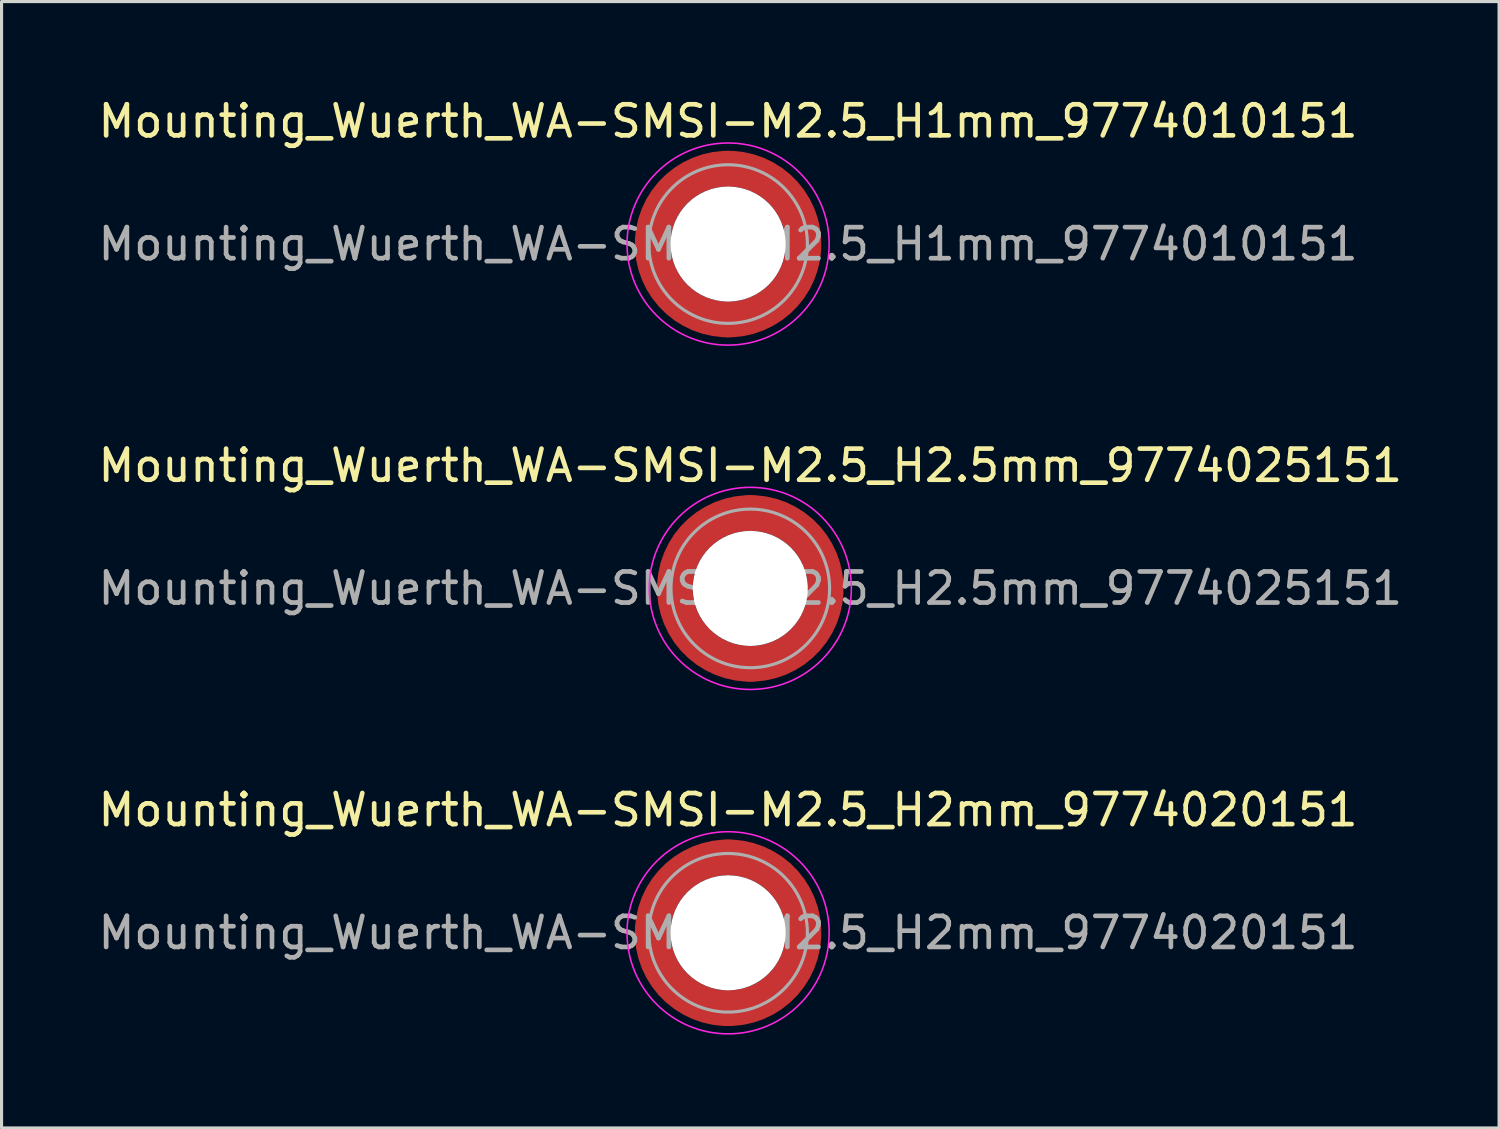
<source format=kicad_pcb>
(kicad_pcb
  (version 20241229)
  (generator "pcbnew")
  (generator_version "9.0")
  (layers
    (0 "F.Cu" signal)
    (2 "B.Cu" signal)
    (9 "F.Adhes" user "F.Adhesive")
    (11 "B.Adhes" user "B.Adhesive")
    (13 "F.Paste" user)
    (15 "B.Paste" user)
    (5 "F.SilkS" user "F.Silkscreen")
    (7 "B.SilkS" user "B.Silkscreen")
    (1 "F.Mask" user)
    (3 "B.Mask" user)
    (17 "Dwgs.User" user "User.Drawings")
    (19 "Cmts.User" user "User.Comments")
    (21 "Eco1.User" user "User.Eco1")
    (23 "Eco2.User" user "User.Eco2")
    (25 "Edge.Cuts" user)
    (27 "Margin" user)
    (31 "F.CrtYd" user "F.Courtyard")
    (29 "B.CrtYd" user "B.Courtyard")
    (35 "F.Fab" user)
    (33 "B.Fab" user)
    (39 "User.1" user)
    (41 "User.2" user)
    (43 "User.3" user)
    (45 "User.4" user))
  (footprint "Mounting_Wuerth_WA-SMSI-M2.5_H2mm_9774020151"
    (layer "F.Cu")
    (at 20.363 26.945)
    (property "Reference" "Mounting_Wuerth_WA-SMSI-M2.5_H2mm_9774020151" (at 0 -3.95 0) (layer "F.SilkS") (effects (font (size 1 1) (thickness 0.15))))
    (attr smd)
    (fp_circle (center 0 0) (end 3.25 0) (stroke (width 0.05) (type solid)) (fill no) (layer "F.CrtYd"))
    (fp_circle (center 0 0) (end 2.55 0) (stroke (width 0.1) (type solid)) (fill no) (layer "F.Fab"))
    (fp_text user "${REFERENCE}" (at 0 0 0) (layer "F.Fab") (effects (font (size 1 1) (thickness 0.15))))
    (pad "" smd custom (at -1.704 -1.704) (size 0.51 0.51) (layers "F.Paste") (options (anchor circle)) (primitives (gr_arc (start -0.250195 1.279127) (mid 0.289914 0.289914) (end 1.279127 -0.250195) (width 0.2)) (gr_arc (start -0.34334 1.279127) (mid 0.225488 0.225488) (end 1.279127 -0.34334) (width 0.2)) (gr_arc (start -0.436309 1.279127) (mid 0.161063 0.161063) (end 1.279127 -0.436309) (width 0.2)) (gr_arc (start -0.529126 1.279127) (mid 0.096638 0.096638) (end 1.279127 -0.529126) (width 0.2)) (gr_arc (start -0.621807 1.279127) (mid 0.032213 0.032213) (end 1.279127 -0.621807) (width 0.2)) (gr_arc (start -0.71437 1.279127) (mid -0.032213 -0.032213) (end 1.279127 -0.71437) (width 0.2)) (gr_arc (start -0.806826 1.279127) (mid -0.096638 -0.096638) (end 1.279127 -0.806826) (width 0.2)) (gr_arc (start -0.899187 1.279127) (mid -0.161063 -0.161063) (end 1.279127 -0.899187) (width 0.2)) (gr_arc (start -0.991463 1.279127) (mid -0.225488 -0.225488) (end 1.279127 -0.991463) (width 0.2)) (gr_arc (start -1.083663 1.279127) (mid -0.289914 -0.289914) (end 1.279127 -1.083663) (width 0.2)) (gr_line (start 1.279 -0.25) (end 1.279 -1.084) (width 0.2)) (gr_line (start -0.25 1.279) (end -1.084 1.279) (width 0.2))))
    (pad "" smd custom (at -1.704 1.704) (size 0.51 0.51) (layers "F.Paste") (options (anchor circle)) (primitives (gr_arc (start 1.279127 0.250195) (mid 0.289914 -0.289914) (end -0.250195 -1.279127) (width 0.2)) (gr_arc (start 1.279127 0.34334) (mid 0.225488 -0.225488) (end -0.34334 -1.279127) (width 0.2)) (gr_arc (start 1.279127 0.436309) (mid 0.161063 -0.161063) (end -0.436309 -1.279127) (width 0.2)) (gr_arc (start 1.279127 0.529126) (mid 0.096638 -0.096638) (end -0.529126 -1.279127) (width 0.2)) (gr_arc (start 1.279127 0.621807) (mid 0.032213 -0.032213) (end -0.621807 -1.279127) (width 0.2)) (gr_arc (start 1.279127 0.71437) (mid -0.032213 0.032213) (end -0.71437 -1.279127) (width 0.2)) (gr_arc (start 1.279127 0.806826) (mid -0.096638 0.096638) (end -0.806826 -1.279127) (width 0.2)) (gr_arc (start 1.279127 0.899187) (mid -0.161063 0.161063) (end -0.899187 -1.279127) (width 0.2)) (gr_arc (start 1.279127 0.991463) (mid -0.225488 0.225488) (end -0.991463 -1.279127) (width 0.2)) (gr_arc (start 1.279127 1.083663) (mid -0.289914 0.289914) (end -1.083663 -1.279127) (width 0.2)) (gr_line (start -0.25 -1.279) (end -1.084 -1.279) (width 0.2)) (gr_line (start 1.279 0.25) (end 1.279 1.084) (width 0.2))))
    (pad "" np_thru_hole circle (at 0 0) (size 3.7 3.7) (drill 3.7) (layers "*.Cu" "*.Mask"))
    (pad "" smd custom (at 1.704 -1.704) (size 0.51 0.51) (layers "F.Paste") (options (anchor circle)) (primitives (gr_arc (start -1.279127 -0.250195) (mid -0.289914 0.289914) (end 0.250195 1.279127) (width 0.2)) (gr_arc (start -1.279127 -0.34334) (mid -0.225488 0.225488) (end 0.34334 1.279127) (width 0.2)) (gr_arc (start -1.279127 -0.436309) (mid -0.161063 0.161063) (end 0.436309 1.279127) (width 0.2)) (gr_arc (start -1.279127 -0.529126) (mid -0.096638 0.096638) (end 0.529126 1.279127) (width 0.2)) (gr_arc (start -1.279127 -0.621807) (mid -0.032213 0.032213) (end 0.621807 1.279127) (width 0.2)) (gr_arc (start -1.279127 -0.71437) (mid 0.032213 -0.032213) (end 0.71437 1.279127) (width 0.2)) (gr_arc (start -1.279127 -0.806826) (mid 0.096638 -0.096638) (end 0.806826 1.279127) (width 0.2)) (gr_arc (start -1.279127 -0.899187) (mid 0.161063 -0.161063) (end 0.899187 1.279127) (width 0.2)) (gr_arc (start -1.279127 -0.991463) (mid 0.225488 -0.225488) (end 0.991463 1.279127) (width 0.2)) (gr_arc (start -1.279127 -1.083663) (mid 0.289914 -0.289914) (end 1.083663 1.279127) (width 0.2)) (gr_line (start 0.25 1.279) (end 1.084 1.279) (width 0.2)) (gr_line (start -1.279 -0.25) (end -1.279 -1.084) (width 0.2))))
    (pad "" smd custom (at 1.704 1.704) (size 0.51 0.51) (layers "F.Paste") (options (anchor circle)) (primitives (gr_arc (start 0.250195 -1.279127) (mid -0.289914 -0.289914) (end -1.279127 0.250195) (width 0.2)) (gr_arc (start 0.34334 -1.279127) (mid -0.225488 -0.225488) (end -1.279127 0.34334) (width 0.2)) (gr_arc (start 0.436309 -1.279127) (mid -0.161063 -0.161063) (end -1.279127 0.436309) (width 0.2)) (gr_arc (start 0.529126 -1.279127) (mid -0.096638 -0.096638) (end -1.279127 0.529126) (width 0.2)) (gr_arc (start 0.621807 -1.279127) (mid -0.032213 -0.032213) (end -1.279127 0.621807) (width 0.2)) (gr_arc (start 0.71437 -1.279127) (mid 0.032213 0.032213) (end -1.279127 0.71437) (width 0.2)) (gr_arc (start 0.806826 -1.279127) (mid 0.096638 0.096638) (end -1.279127 0.806826) (width 0.2)) (gr_arc (start 0.899187 -1.279127) (mid 0.161063 0.161063) (end -1.279127 0.899187) (width 0.2)) (gr_arc (start 0.991463 -1.279127) (mid 0.225488 0.225488) (end -1.279127 0.991463) (width 0.2)) (gr_arc (start 1.083663 -1.279127) (mid 0.289914 0.289914) (end -1.279127 1.083663) (width 0.2)) (gr_line (start -1.279 0.25) (end -1.279 1.084) (width 0.2)) (gr_line (start 0.25 -1.279) (end 1.084 -1.279) (width 0.2))))
    (pad "1" smd circle (at -2.425 0) (size 1.15 1.15) (layers "F.Cu"))
    (pad "1" smd circle (at 0 -2.425) (size 1.15 1.15) (layers "F.Cu"))
    (pad "1" smd circle (at 0 2.425) (size 1.15 1.15) (layers "F.Cu"))
    (pad "1" smd custom (at 2.425 0) (size 1.15 1.15) (layers "F.Cu" "F.Mask") (options (anchor circle)) (primitives (gr_circle (center -2.425 0) (end 0 0) (width 1.15) (fill no)))))
  (footprint "Mounting_Wuerth_WA-SMSI-M2.5_H2.5mm_9774025151"
    (layer "F.Cu")
    (at 21.077 15.871)
    (property "Reference" "Mounting_Wuerth_WA-SMSI-M2.5_H2.5mm_9774025151" (at 0 -3.95 0) (layer "F.SilkS") (effects (font (size 1 1) (thickness 0.15))))
    (attr smd)
    (fp_circle (center 0 0) (end 3.25 0) (stroke (width 0.05) (type solid)) (fill no) (layer "F.CrtYd"))
    (fp_circle (center 0 0) (end 2.55 0) (stroke (width 0.1) (type solid)) (fill no) (layer "F.Fab"))
    (fp_text user "${REFERENCE}" (at 0 0 0) (layer "F.Fab") (effects (font (size 1 1) (thickness 0.15))))
    (pad "" smd custom (at -1.704 -1.704) (size 0.51 0.51) (layers "F.Paste") (options (anchor circle)) (primitives (gr_arc (start -0.250195 1.279127) (mid 0.289914 0.289914) (end 1.279127 -0.250195) (width 0.2)) (gr_arc (start -0.34334 1.279127) (mid 0.225488 0.225488) (end 1.279127 -0.34334) (width 0.2)) (gr_arc (start -0.436309 1.279127) (mid 0.161063 0.161063) (end 1.279127 -0.436309) (width 0.2)) (gr_arc (start -0.529126 1.279127) (mid 0.096638 0.096638) (end 1.279127 -0.529126) (width 0.2)) (gr_arc (start -0.621807 1.279127) (mid 0.032213 0.032213) (end 1.279127 -0.621807) (width 0.2)) (gr_arc (start -0.71437 1.279127) (mid -0.032213 -0.032213) (end 1.279127 -0.71437) (width 0.2)) (gr_arc (start -0.806826 1.279127) (mid -0.096638 -0.096638) (end 1.279127 -0.806826) (width 0.2)) (gr_arc (start -0.899187 1.279127) (mid -0.161063 -0.161063) (end 1.279127 -0.899187) (width 0.2)) (gr_arc (start -0.991463 1.279127) (mid -0.225488 -0.225488) (end 1.279127 -0.991463) (width 0.2)) (gr_arc (start -1.083663 1.279127) (mid -0.289914 -0.289914) (end 1.279127 -1.083663) (width 0.2)) (gr_line (start 1.279 -0.25) (end 1.279 -1.084) (width 0.2)) (gr_line (start -0.25 1.279) (end -1.084 1.279) (width 0.2))))
    (pad "" smd custom (at -1.704 1.704) (size 0.51 0.51) (layers "F.Paste") (options (anchor circle)) (primitives (gr_arc (start 1.279127 0.250195) (mid 0.289914 -0.289914) (end -0.250195 -1.279127) (width 0.2)) (gr_arc (start 1.279127 0.34334) (mid 0.225488 -0.225488) (end -0.34334 -1.279127) (width 0.2)) (gr_arc (start 1.279127 0.436309) (mid 0.161063 -0.161063) (end -0.436309 -1.279127) (width 0.2)) (gr_arc (start 1.279127 0.529126) (mid 0.096638 -0.096638) (end -0.529126 -1.279127) (width 0.2)) (gr_arc (start 1.279127 0.621807) (mid 0.032213 -0.032213) (end -0.621807 -1.279127) (width 0.2)) (gr_arc (start 1.279127 0.71437) (mid -0.032213 0.032213) (end -0.71437 -1.279127) (width 0.2)) (gr_arc (start 1.279127 0.806826) (mid -0.096638 0.096638) (end -0.806826 -1.279127) (width 0.2)) (gr_arc (start 1.279127 0.899187) (mid -0.161063 0.161063) (end -0.899187 -1.279127) (width 0.2)) (gr_arc (start 1.279127 0.991463) (mid -0.225488 0.225488) (end -0.991463 -1.279127) (width 0.2)) (gr_arc (start 1.279127 1.083663) (mid -0.289914 0.289914) (end -1.083663 -1.279127) (width 0.2)) (gr_line (start -0.25 -1.279) (end -1.084 -1.279) (width 0.2)) (gr_line (start 1.279 0.25) (end 1.279 1.084) (width 0.2))))
    (pad "" np_thru_hole circle (at 0 0) (size 3.7 3.7) (drill 3.7) (layers "*.Cu" "*.Mask"))
    (pad "" smd custom (at 1.704 -1.704) (size 0.51 0.51) (layers "F.Paste") (options (anchor circle)) (primitives (gr_arc (start -1.279127 -0.250195) (mid -0.289914 0.289914) (end 0.250195 1.279127) (width 0.2)) (gr_arc (start -1.279127 -0.34334) (mid -0.225488 0.225488) (end 0.34334 1.279127) (width 0.2)) (gr_arc (start -1.279127 -0.436309) (mid -0.161063 0.161063) (end 0.436309 1.279127) (width 0.2)) (gr_arc (start -1.279127 -0.529126) (mid -0.096638 0.096638) (end 0.529126 1.279127) (width 0.2)) (gr_arc (start -1.279127 -0.621807) (mid -0.032213 0.032213) (end 0.621807 1.279127) (width 0.2)) (gr_arc (start -1.279127 -0.71437) (mid 0.032213 -0.032213) (end 0.71437 1.279127) (width 0.2)) (gr_arc (start -1.279127 -0.806826) (mid 0.096638 -0.096638) (end 0.806826 1.279127) (width 0.2)) (gr_arc (start -1.279127 -0.899187) (mid 0.161063 -0.161063) (end 0.899187 1.279127) (width 0.2)) (gr_arc (start -1.279127 -0.991463) (mid 0.225488 -0.225488) (end 0.991463 1.279127) (width 0.2)) (gr_arc (start -1.279127 -1.083663) (mid 0.289914 -0.289914) (end 1.083663 1.279127) (width 0.2)) (gr_line (start 0.25 1.279) (end 1.084 1.279) (width 0.2)) (gr_line (start -1.279 -0.25) (end -1.279 -1.084) (width 0.2))))
    (pad "" smd custom (at 1.704 1.704) (size 0.51 0.51) (layers "F.Paste") (options (anchor circle)) (primitives (gr_arc (start 0.250195 -1.279127) (mid -0.289914 -0.289914) (end -1.279127 0.250195) (width 0.2)) (gr_arc (start 0.34334 -1.279127) (mid -0.225488 -0.225488) (end -1.279127 0.34334) (width 0.2)) (gr_arc (start 0.436309 -1.279127) (mid -0.161063 -0.161063) (end -1.279127 0.436309) (width 0.2)) (gr_arc (start 0.529126 -1.279127) (mid -0.096638 -0.096638) (end -1.279127 0.529126) (width 0.2)) (gr_arc (start 0.621807 -1.279127) (mid -0.032213 -0.032213) (end -1.279127 0.621807) (width 0.2)) (gr_arc (start 0.71437 -1.279127) (mid 0.032213 0.032213) (end -1.279127 0.71437) (width 0.2)) (gr_arc (start 0.806826 -1.279127) (mid 0.096638 0.096638) (end -1.279127 0.806826) (width 0.2)) (gr_arc (start 0.899187 -1.279127) (mid 0.161063 0.161063) (end -1.279127 0.899187) (width 0.2)) (gr_arc (start 0.991463 -1.279127) (mid 0.225488 0.225488) (end -1.279127 0.991463) (width 0.2)) (gr_arc (start 1.083663 -1.279127) (mid 0.289914 0.289914) (end -1.279127 1.083663) (width 0.2)) (gr_line (start -1.279 0.25) (end -1.279 1.084) (width 0.2)) (gr_line (start 0.25 -1.279) (end 1.084 -1.279) (width 0.2))))
    (pad "1" smd circle (at -2.425 0) (size 1.15 1.15) (layers "F.Cu"))
    (pad "1" smd circle (at 0 -2.425) (size 1.15 1.15) (layers "F.Cu"))
    (pad "1" smd circle (at 0 2.425) (size 1.15 1.15) (layers "F.Cu"))
    (pad "1" smd custom (at 2.425 0) (size 1.15 1.15) (layers "F.Cu" "F.Mask") (options (anchor circle)) (primitives (gr_circle (center -2.425 0) (end 0 0) (width 1.15) (fill no)))))
  (footprint "Mounting_Wuerth_WA-SMSI-M2.5_H1mm_9774010151"
    (layer "F.Cu")
    (at 20.363 4.798)
    (property "Reference" "Mounting_Wuerth_WA-SMSI-M2.5_H1mm_9774010151" (at 0 -3.95 0) (layer "F.SilkS") (effects (font (size 1 1) (thickness 0.15))))
    (attr smd)
    (fp_circle (center 0 0) (end 3.25 0) (stroke (width 0.05) (type solid)) (fill no) (layer "F.CrtYd"))
    (fp_circle (center 0 0) (end 2.55 0) (stroke (width 0.1) (type solid)) (fill no) (layer "F.Fab"))
    (fp_text user "${REFERENCE}" (at 0 0 0) (layer "F.Fab") (effects (font (size 1 1) (thickness 0.15))))
    (pad "" smd custom (at -1.704 -1.704) (size 0.51 0.51) (layers "F.Paste") (options (anchor circle)) (primitives (gr_arc (start -0.250195 1.279127) (mid 0.289914 0.289914) (end 1.279127 -0.250195) (width 0.2)) (gr_arc (start -0.34334 1.279127) (mid 0.225488 0.225488) (end 1.279127 -0.34334) (width 0.2)) (gr_arc (start -0.436309 1.279127) (mid 0.161063 0.161063) (end 1.279127 -0.436309) (width 0.2)) (gr_arc (start -0.529126 1.279127) (mid 0.096638 0.096638) (end 1.279127 -0.529126) (width 0.2)) (gr_arc (start -0.621807 1.279127) (mid 0.032213 0.032213) (end 1.279127 -0.621807) (width 0.2)) (gr_arc (start -0.71437 1.279127) (mid -0.032213 -0.032213) (end 1.279127 -0.71437) (width 0.2)) (gr_arc (start -0.806826 1.279127) (mid -0.096638 -0.096638) (end 1.279127 -0.806826) (width 0.2)) (gr_arc (start -0.899187 1.279127) (mid -0.161063 -0.161063) (end 1.279127 -0.899187) (width 0.2)) (gr_arc (start -0.991463 1.279127) (mid -0.225488 -0.225488) (end 1.279127 -0.991463) (width 0.2)) (gr_arc (start -1.083663 1.279127) (mid -0.289914 -0.289914) (end 1.279127 -1.083663) (width 0.2)) (gr_line (start 1.279 -0.25) (end 1.279 -1.084) (width 0.2)) (gr_line (start -0.25 1.279) (end -1.084 1.279) (width 0.2))))
    (pad "" smd custom (at -1.704 1.704) (size 0.51 0.51) (layers "F.Paste") (options (anchor circle)) (primitives (gr_arc (start 1.279127 0.250195) (mid 0.289914 -0.289914) (end -0.250195 -1.279127) (width 0.2)) (gr_arc (start 1.279127 0.34334) (mid 0.225488 -0.225488) (end -0.34334 -1.279127) (width 0.2)) (gr_arc (start 1.279127 0.436309) (mid 0.161063 -0.161063) (end -0.436309 -1.279127) (width 0.2)) (gr_arc (start 1.279127 0.529126) (mid 0.096638 -0.096638) (end -0.529126 -1.279127) (width 0.2)) (gr_arc (start 1.279127 0.621807) (mid 0.032213 -0.032213) (end -0.621807 -1.279127) (width 0.2)) (gr_arc (start 1.279127 0.71437) (mid -0.032213 0.032213) (end -0.71437 -1.279127) (width 0.2)) (gr_arc (start 1.279127 0.806826) (mid -0.096638 0.096638) (end -0.806826 -1.279127) (width 0.2)) (gr_arc (start 1.279127 0.899187) (mid -0.161063 0.161063) (end -0.899187 -1.279127) (width 0.2)) (gr_arc (start 1.279127 0.991463) (mid -0.225488 0.225488) (end -0.991463 -1.279127) (width 0.2)) (gr_arc (start 1.279127 1.083663) (mid -0.289914 0.289914) (end -1.083663 -1.279127) (width 0.2)) (gr_line (start -0.25 -1.279) (end -1.084 -1.279) (width 0.2)) (gr_line (start 1.279 0.25) (end 1.279 1.084) (width 0.2))))
    (pad "" np_thru_hole circle (at 0 0) (size 3.7 3.7) (drill 3.7) (layers "*.Cu" "*.Mask"))
    (pad "" smd custom (at 1.704 -1.704) (size 0.51 0.51) (layers "F.Paste") (options (anchor circle)) (primitives (gr_arc (start -1.279127 -0.250195) (mid -0.289914 0.289914) (end 0.250195 1.279127) (width 0.2)) (gr_arc (start -1.279127 -0.34334) (mid -0.225488 0.225488) (end 0.34334 1.279127) (width 0.2)) (gr_arc (start -1.279127 -0.436309) (mid -0.161063 0.161063) (end 0.436309 1.279127) (width 0.2)) (gr_arc (start -1.279127 -0.529126) (mid -0.096638 0.096638) (end 0.529126 1.279127) (width 0.2)) (gr_arc (start -1.279127 -0.621807) (mid -0.032213 0.032213) (end 0.621807 1.279127) (width 0.2)) (gr_arc (start -1.279127 -0.71437) (mid 0.032213 -0.032213) (end 0.71437 1.279127) (width 0.2)) (gr_arc (start -1.279127 -0.806826) (mid 0.096638 -0.096638) (end 0.806826 1.279127) (width 0.2)) (gr_arc (start -1.279127 -0.899187) (mid 0.161063 -0.161063) (end 0.899187 1.279127) (width 0.2)) (gr_arc (start -1.279127 -0.991463) (mid 0.225488 -0.225488) (end 0.991463 1.279127) (width 0.2)) (gr_arc (start -1.279127 -1.083663) (mid 0.289914 -0.289914) (end 1.083663 1.279127) (width 0.2)) (gr_line (start 0.25 1.279) (end 1.084 1.279) (width 0.2)) (gr_line (start -1.279 -0.25) (end -1.279 -1.084) (width 0.2))))
    (pad "" smd custom (at 1.704 1.704) (size 0.51 0.51) (layers "F.Paste") (options (anchor circle)) (primitives (gr_arc (start 0.250195 -1.279127) (mid -0.289914 -0.289914) (end -1.279127 0.250195) (width 0.2)) (gr_arc (start 0.34334 -1.279127) (mid -0.225488 -0.225488) (end -1.279127 0.34334) (width 0.2)) (gr_arc (start 0.436309 -1.279127) (mid -0.161063 -0.161063) (end -1.279127 0.436309) (width 0.2)) (gr_arc (start 0.529126 -1.279127) (mid -0.096638 -0.096638) (end -1.279127 0.529126) (width 0.2)) (gr_arc (start 0.621807 -1.279127) (mid -0.032213 -0.032213) (end -1.279127 0.621807) (width 0.2)) (gr_arc (start 0.71437 -1.279127) (mid 0.032213 0.032213) (end -1.279127 0.71437) (width 0.2)) (gr_arc (start 0.806826 -1.279127) (mid 0.096638 0.096638) (end -1.279127 0.806826) (width 0.2)) (gr_arc (start 0.899187 -1.279127) (mid 0.161063 0.161063) (end -1.279127 0.899187) (width 0.2)) (gr_arc (start 0.991463 -1.279127) (mid 0.225488 0.225488) (end -1.279127 0.991463) (width 0.2)) (gr_arc (start 1.083663 -1.279127) (mid 0.289914 0.289914) (end -1.279127 1.083663) (width 0.2)) (gr_line (start -1.279 0.25) (end -1.279 1.084) (width 0.2)) (gr_line (start 0.25 -1.279) (end 1.084 -1.279) (width 0.2))))
    (pad "1" smd circle (at -2.425 0) (size 1.15 1.15) (layers "F.Cu"))
    (pad "1" smd circle (at 0 -2.425) (size 1.15 1.15) (layers "F.Cu"))
    (pad "1" smd circle (at 0 2.425) (size 1.15 1.15) (layers "F.Cu"))
    (pad "1" smd custom (at 2.425 0) (size 1.15 1.15) (layers "F.Cu" "F.Mask") (options (anchor circle)) (primitives (gr_circle (center -2.425 0) (end 0 0) (width 1.15) (fill no)))))
  (gr_rect
    (start -3 -3)
    (end 45.155 33.22)
    (stroke (width 0.1) (type default))
    (fill no)
    (layer "Edge.Cuts")))
</source>
